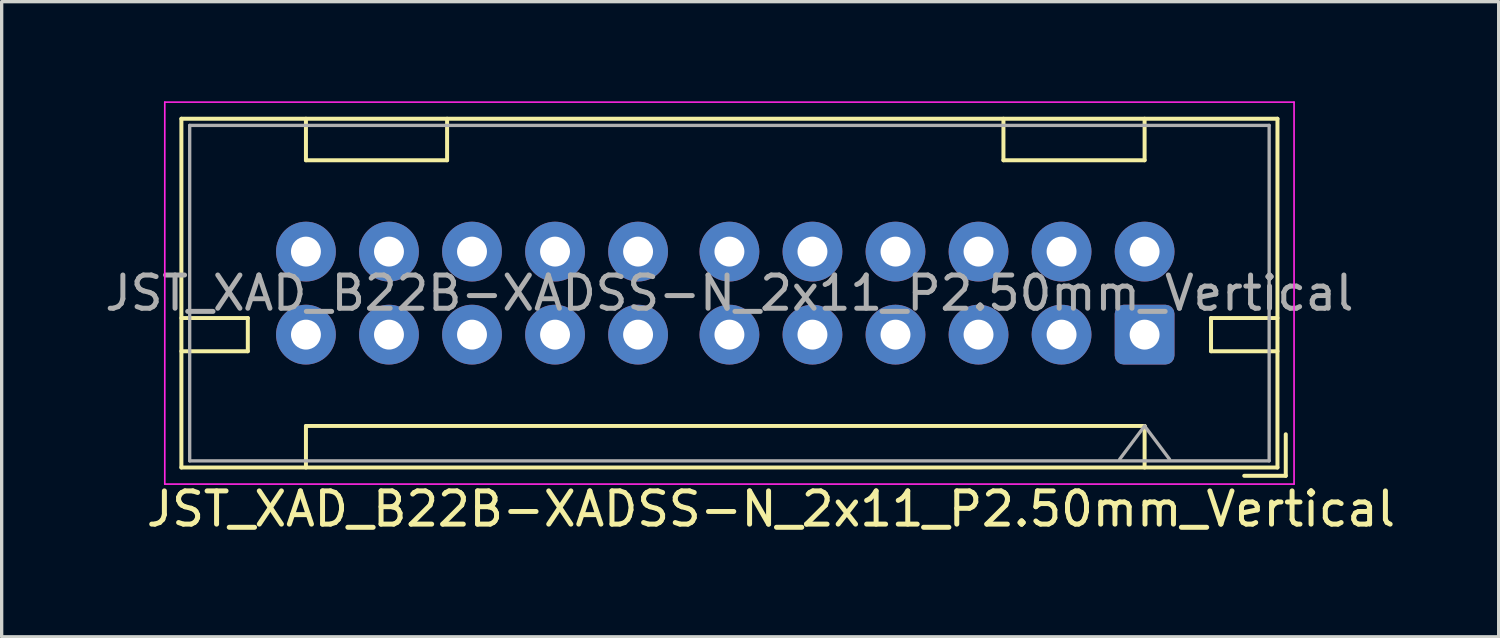
<source format=kicad_pcb>
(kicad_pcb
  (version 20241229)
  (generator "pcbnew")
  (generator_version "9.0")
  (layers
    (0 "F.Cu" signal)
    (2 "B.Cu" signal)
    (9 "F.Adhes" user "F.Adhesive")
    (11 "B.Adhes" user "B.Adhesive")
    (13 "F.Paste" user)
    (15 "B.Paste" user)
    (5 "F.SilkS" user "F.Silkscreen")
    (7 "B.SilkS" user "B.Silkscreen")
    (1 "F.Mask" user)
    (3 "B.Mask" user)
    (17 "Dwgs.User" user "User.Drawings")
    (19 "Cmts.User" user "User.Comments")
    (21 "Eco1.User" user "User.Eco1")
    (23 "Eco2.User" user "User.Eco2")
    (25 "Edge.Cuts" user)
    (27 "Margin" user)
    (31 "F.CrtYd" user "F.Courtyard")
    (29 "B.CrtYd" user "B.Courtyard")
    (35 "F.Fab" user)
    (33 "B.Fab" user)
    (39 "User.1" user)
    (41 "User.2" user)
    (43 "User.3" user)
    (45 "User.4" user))
  (footprint "JST_XAD_B22B-XADSS-N_2x11_P2.50mm_Vertical"
    (layer "F.Cu")
    (at 31.411 7.025)
    (property "Reference" "JST_XAD_B22B-XADSS-N_2x11_P2.50mm_Vertical" (at -11.25 5.25 0) (layer "F.SilkS") (effects (font (size 1 1) (thickness 0.15))))
    (attr through_hole)
    (fp_line (start -29 -6.5) (end -29 4) (stroke (width 0.12) (type solid)) (layer "F.SilkS"))
    (fp_line (start -29 0.5) (end -27 0.5) (stroke (width 0.12) (type solid)) (layer "F.SilkS"))
    (fp_line (start -29 4) (end 4 4) (stroke (width 0.12) (type solid)) (layer "F.SilkS"))
    (fp_line (start -27 -0.5) (end -29 -0.5) (stroke (width 0.12) (type solid)) (layer "F.SilkS"))
    (fp_line (start -27 0.5) (end -27 -0.5) (stroke (width 0.12) (type solid)) (layer "F.SilkS"))
    (fp_line (start -25.25 -5.25) (end -25.25 -6.5) (stroke (width 0.12) (type solid)) (layer "F.SilkS"))
    (fp_line (start -25.25 2.75) (end 0 2.75) (stroke (width 0.12) (type solid)) (layer "F.SilkS"))
    (fp_line (start -25.25 4) (end -25.25 2.75) (stroke (width 0.12) (type solid)) (layer "F.SilkS"))
    (fp_line (start -21 -6.5) (end -21 -5.25) (stroke (width 0.12) (type solid)) (layer "F.SilkS"))
    (fp_line (start -21 -5.25) (end -25.25 -5.25) (stroke (width 0.12) (type solid)) (layer "F.SilkS"))
    (fp_line (start -4.25 -6.5) (end -4.25 -5.25) (stroke (width 0.12) (type solid)) (layer "F.SilkS"))
    (fp_line (start -4.25 -5.25) (end 0 -5.25) (stroke (width 0.12) (type solid)) (layer "F.SilkS"))
    (fp_line (start 0 -5.25) (end 0 -6.5) (stroke (width 0.12) (type solid)) (layer "F.SilkS"))
    (fp_line (start 0 2.75) (end 0 4) (stroke (width 0.12) (type solid)) (layer "F.SilkS"))
    (fp_line (start 2 -0.5) (end 4 -0.5) (stroke (width 0.12) (type solid)) (layer "F.SilkS"))
    (fp_line (start 2 0.5) (end 2 -0.5) (stroke (width 0.12) (type solid)) (layer "F.SilkS"))
    (fp_line (start 3 4.25) (end 4.25 4.25) (stroke (width 0.12) (type solid)) (layer "F.SilkS"))
    (fp_line (start 4 -6.5) (end -29 -6.5) (stroke (width 0.12) (type solid)) (layer "F.SilkS"))
    (fp_line (start 4 0.5) (end 2 0.5) (stroke (width 0.12) (type solid)) (layer "F.SilkS"))
    (fp_line (start 4 4) (end 4 -6.5) (stroke (width 0.12) (type solid)) (layer "F.SilkS"))
    (fp_line (start 4.25 4.25) (end 4.25 3) (stroke (width 0.12) (type solid)) (layer "F.SilkS"))
    (fp_line (start -29.5 -7) (end -29.5 4.5) (stroke (width 0.05) (type solid)) (layer "F.CrtYd"))
    (fp_line (start -29.5 4.5) (end 4.5 4.5) (stroke (width 0.05) (type solid)) (layer "F.CrtYd"))
    (fp_line (start 4.5 -7) (end -29.5 -7) (stroke (width 0.05) (type solid)) (layer "F.CrtYd"))
    (fp_line (start 4.5 4.5) (end 4.5 -7) (stroke (width 0.05) (type solid)) (layer "F.CrtYd"))
    (fp_line (start -28.75 -6.3) (end -28.75 3.8) (stroke (width 0.1) (type solid)) (layer "F.Fab"))
    (fp_line (start -28.75 3.8) (end 3.75 3.8) (stroke (width 0.1) (type solid)) (layer "F.Fab"))
    (fp_line (start 0 2.75) (end -0.75 3.75) (stroke (width 0.1) (type solid)) (layer "F.Fab"))
    (fp_line (start 0 2.75) (end 0.75 3.75) (stroke (width 0.1) (type solid)) (layer "F.Fab"))
    (fp_line (start 3.75 -6.3) (end -28.75 -6.3) (stroke (width 0.1) (type solid)) (layer "F.Fab"))
    (fp_line (start 3.75 3.8) (end 3.75 -6.3) (stroke (width 0.1) (type solid)) (layer "F.Fab"))
    (fp_text user "${REFERENCE}" (at -12.5 -1.25 0) (layer "F.Fab") (effects (font (size 1 1) (thickness 0.15))))
    (pad "1" thru_hole roundrect (at 0 0 180) (size 1.8 1.8) (drill 0.9) (layers "*.Cu" "*.Mask") (roundrect_rratio 0.15))
    (pad "2" thru_hole circle (at 0 -2.5 180) (size 1.8 1.8) (drill 0.9) (layers "*.Cu" "*.Mask"))
    (pad "3" thru_hole circle (at -2.5 0 180) (size 1.8 1.8) (drill 0.9) (layers "*.Cu" "*.Mask"))
    (pad "4" thru_hole circle (at -2.5 -2.5 180) (size 1.8 1.8) (drill 0.9) (layers "*.Cu" "*.Mask"))
    (pad "5" thru_hole circle (at -5 0 180) (size 1.8 1.8) (drill 0.9) (layers "*.Cu" "*.Mask"))
    (pad "6" thru_hole circle (at -5 -2.5 180) (size 1.8 1.8) (drill 0.9) (layers "*.Cu" "*.Mask"))
    (pad "7" thru_hole circle (at -7.5 0 180) (size 1.8 1.8) (drill 0.9) (layers "*.Cu" "*.Mask"))
    (pad "8" thru_hole circle (at -7.5 -2.5 180) (size 1.8 1.8) (drill 0.9) (layers "*.Cu" "*.Mask"))
    (pad "9" thru_hole circle (at -10 0 180) (size 1.8 1.8) (drill 0.9) (layers "*.Cu" "*.Mask"))
    (pad "10" thru_hole circle (at -10 -2.5 180) (size 1.8 1.8) (drill 0.9) (layers "*.Cu" "*.Mask"))
    (pad "11" thru_hole circle (at -12.5 0 180) (size 1.8 1.8) (drill 0.9) (layers "*.Cu" "*.Mask"))
    (pad "12" thru_hole circle (at -12.5 -2.5 180) (size 1.8 1.8) (drill 0.9) (layers "*.Cu" "*.Mask"))
    (pad "13" thru_hole circle (at -15.25 0 180) (size 1.8 1.8) (drill 0.9) (layers "*.Cu" "*.Mask"))
    (pad "14" thru_hole circle (at -15.25 -2.5 180) (size 1.8 1.8) (drill 0.9) (layers "*.Cu" "*.Mask"))
    (pad "15" thru_hole circle (at -17.75 0 180) (size 1.8 1.8) (drill 0.9) (layers "*.Cu" "*.Mask"))
    (pad "16" thru_hole circle (at -17.75 -2.5 180) (size 1.8 1.8) (drill 0.9) (layers "*.Cu" "*.Mask"))
    (pad "17" thru_hole circle (at -20.25 0 180) (size 1.8 1.8) (drill 0.9) (layers "*.Cu" "*.Mask"))
    (pad "18" thru_hole circle (at -20.25 -2.5 180) (size 1.8 1.8) (drill 0.9) (layers "*.Cu" "*.Mask"))
    (pad "19" thru_hole circle (at -22.75 0 180) (size 1.8 1.8) (drill 0.9) (layers "*.Cu" "*.Mask"))
    (pad "20" thru_hole circle (at -22.75 -2.5 180) (size 1.8 1.8) (drill 0.9) (layers "*.Cu" "*.Mask"))
    (pad "21" thru_hole circle (at -25.25 0 180) (size 1.8 1.8) (drill 0.9) (layers "*.Cu" "*.Mask"))
    (pad "22" thru_hole circle (at -25.25 -2.5 180) (size 1.8 1.8) (drill 0.9) (layers "*.Cu" "*.Mask")))
  (gr_rect
    (start -3 -3)
    (end 42.071 16.123)
    (stroke (width 0.1) (type default))
    (fill no)
    (layer "Edge.Cuts")))
</source>
